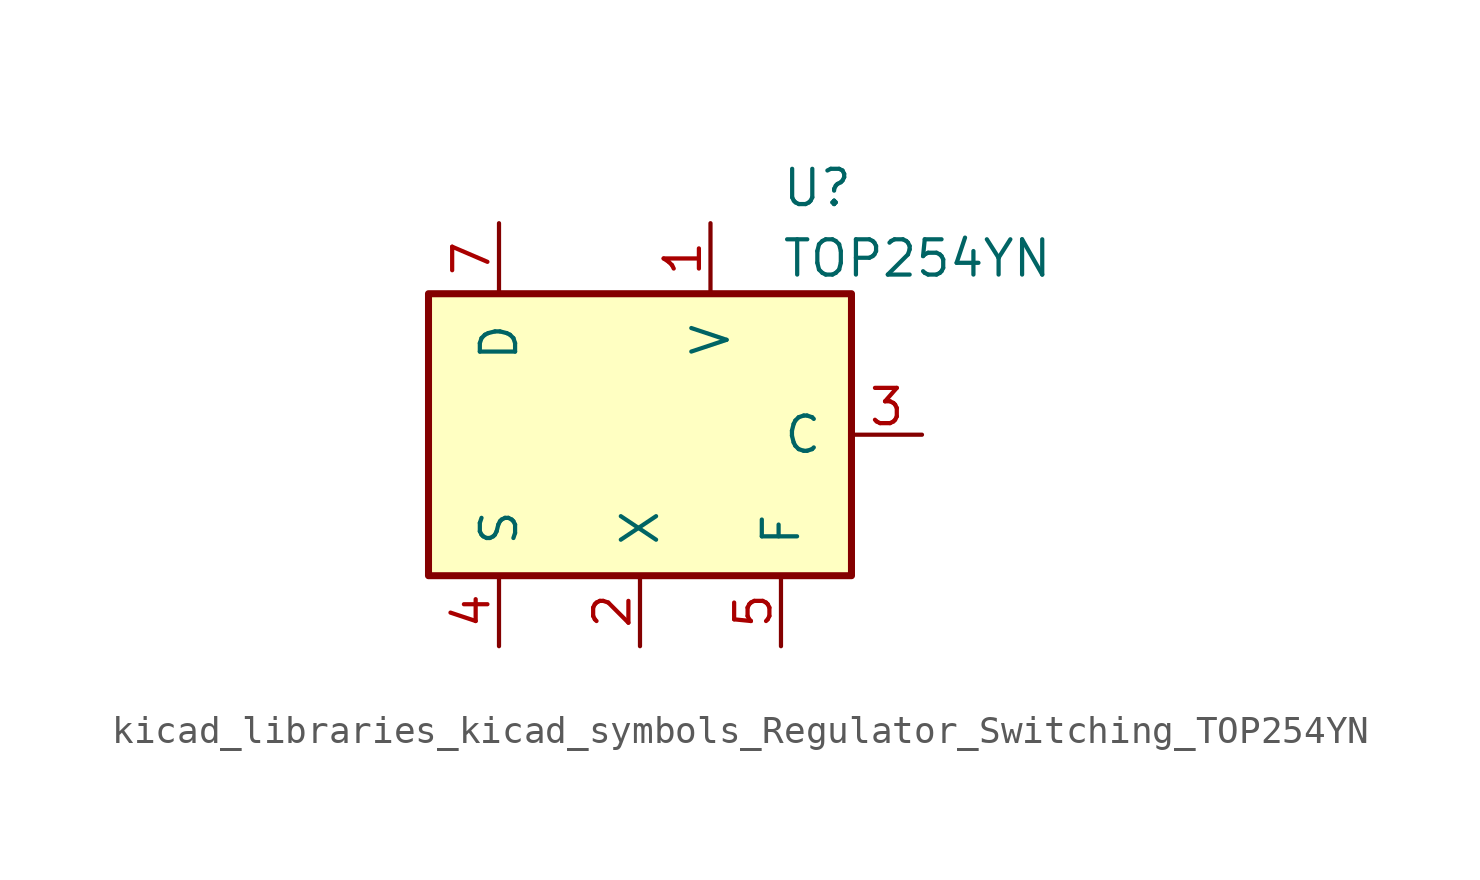
<source format=kicad_sym>
(kicad_symbol_lib
  (version 20220914)
  (generator kicad_symbol_editor)
  (symbol "kicad_libraries_kicad_symbols_Regulator_Switching_TOP254YN"
    (pin_names
      (offset 1.016))
    (property "Reference" "U"
      (at 5.08 8.89 0)
      (effects (font (size 1.27 1.27)) (justify left)))
    (property "Value" "TOP254YN"
      (at 5.08 6.35 0)
      (effects (font (size 1.27 1.27)) (justify left)))
    (symbol "kicad_libraries_kicad_symbols_Regulator_Switching_TOP254YN_0_1"
      (rectangle (start -7.62 5.08) (end 7.62 -5.08) (stroke (width 0.254) (type default)) (fill (type background))))
    (symbol "kicad_libraries_kicad_symbols_Regulator_Switching_TOP254YN_1_1"
      (pin input line (at 2.54 7.62 270) (length 2.54) (name "V" (effects (font (size 1.27 1.27)))) (number "1" (effects (font (size 1.27 1.27)))))
      (pin input line (at 0 -7.62 90) (length 2.54) (name "X" (effects (font (size 1.27 1.27)))) (number "2" (effects (font (size 1.27 1.27)))))
      (pin input line (at 10.16 0 180) (length 2.54) (name "C" (effects (font (size 1.27 1.27)))) (number "3" (effects (font (size 1.27 1.27)))))
      (pin power_in line (at -5.08 -7.62 90) (length 2.54) (name "S" (effects (font (size 1.27 1.27)))) (number "4" (effects (font (size 1.27 1.27)))))
      (pin passive line (at 5.08 -7.62 90) (length 2.54) (name "F" (effects (font (size 1.27 1.27)))) (number "5" (effects (font (size 1.27 1.27)))))
      (pin open_collector line (at -5.08 7.62 270) (length 2.54) (name "D" (effects (font (size 1.27 1.27)))) (number "7" (effects (font (size 1.27 1.27))))))))
</source>
